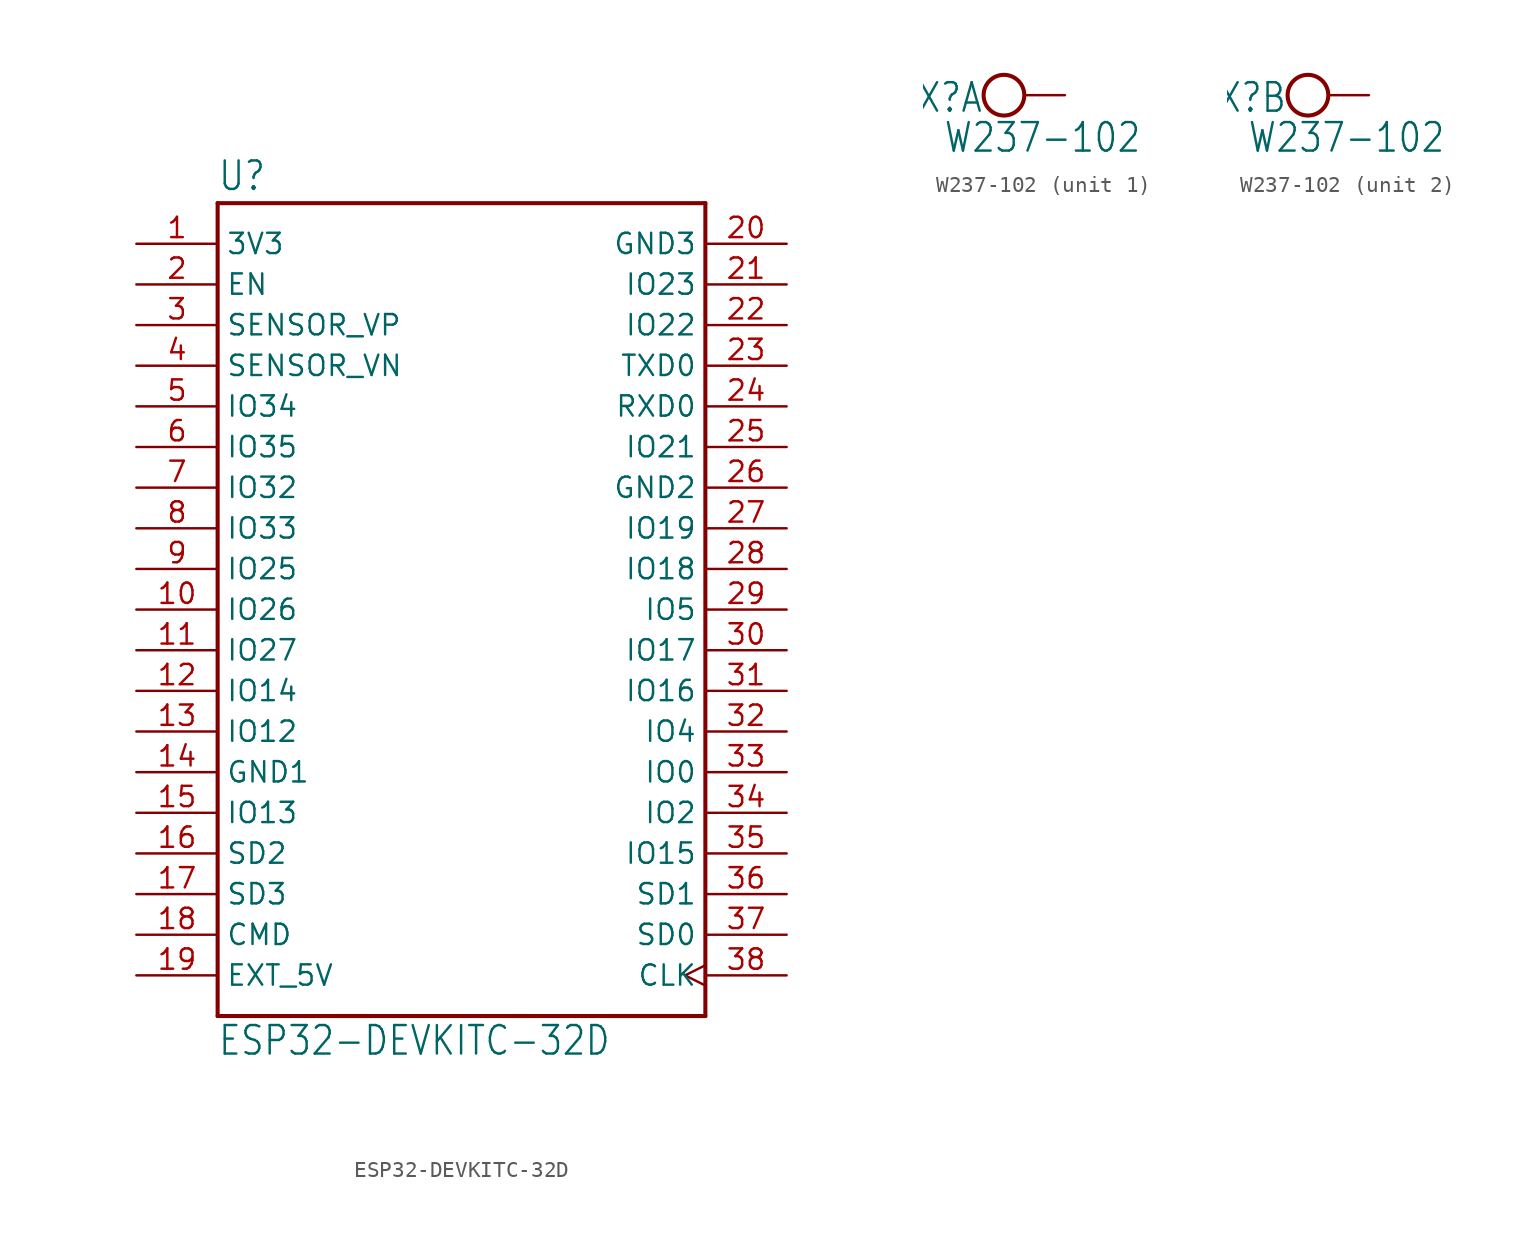
<source format=kicad_sym>
(kicad_symbol_lib
  (version 20211014)
  (generator kicad_symbol_editor)
  (symbol "ESP32-DEVKITC-32D"
    (property "Reference" "U"
      (at -15.257 26.064 0)
      (effects (font (size 1.78 1.513)) (justify left bottom)))
    (property "Value" "ESP32-DEVKITC-32D"
      (at -15.256 -27.97 0)
      (effects (font (size 1.78 1.513)) (justify left bottom)))
    (property "ki_locked" ""
      (at 0 0 0)
      (effects (font (size 1.27 1.27))))
    (symbol "ESP32-DEVKITC-32D_1_0"
      (polyline (pts (xy -15.24 -25.4) (xy -15.24 25.4)) (stroke (width 0.254) (type default) (color 0 0 0 0)) (fill (type none)))
      (polyline (pts (xy -15.24 25.4) (xy 15.24 25.4)) (stroke (width 0.254) (type default) (color 0 0 0 0)) (fill (type none)))
      (polyline (pts (xy 15.24 -25.4) (xy -15.24 -25.4)) (stroke (width 0.254) (type default) (color 0 0 0 0)) (fill (type none)))
      (polyline (pts (xy 15.24 25.4) (xy 15.24 -25.4)) (stroke (width 0.254) (type default) (color 0 0 0 0)) (fill (type none)))
      (pin power_in line (at -20.32 22.86 0) (length 5.08) (name "3V3" (effects (font (size 1.27 1.27)))) (number "1" (effects (font (size 1.27 1.27)))))
      (pin bidirectional line (at -20.32 0 0) (length 5.08) (name "IO26" (effects (font (size 1.27 1.27)))) (number "10" (effects (font (size 1.27 1.27)))))
      (pin bidirectional line (at -20.32 -2.54 0) (length 5.08) (name "IO27" (effects (font (size 1.27 1.27)))) (number "11" (effects (font (size 1.27 1.27)))))
      (pin bidirectional line (at -20.32 -5.08 0) (length 5.08) (name "IO14" (effects (font (size 1.27 1.27)))) (number "12" (effects (font (size 1.27 1.27)))))
      (pin bidirectional line (at -20.32 -7.62 0) (length 5.08) (name "IO12" (effects (font (size 1.27 1.27)))) (number "13" (effects (font (size 1.27 1.27)))))
      (pin power_in line (at -20.32 -10.16 0) (length 5.08) (name "GND1" (effects (font (size 1.27 1.27)))) (number "14" (effects (font (size 1.27 1.27)))))
      (pin bidirectional line (at -20.32 -12.7 0) (length 5.08) (name "IO13" (effects (font (size 1.27 1.27)))) (number "15" (effects (font (size 1.27 1.27)))))
      (pin bidirectional line (at -20.32 -15.24 0) (length 5.08) (name "SD2" (effects (font (size 1.27 1.27)))) (number "16" (effects (font (size 1.27 1.27)))))
      (pin bidirectional line (at -20.32 -17.78 0) (length 5.08) (name "SD3" (effects (font (size 1.27 1.27)))) (number "17" (effects (font (size 1.27 1.27)))))
      (pin bidirectional line (at -20.32 -20.32 0) (length 5.08) (name "CMD" (effects (font (size 1.27 1.27)))) (number "18" (effects (font (size 1.27 1.27)))))
      (pin power_in line (at -20.32 -22.86 0) (length 5.08) (name "EXT_5V" (effects (font (size 1.27 1.27)))) (number "19" (effects (font (size 1.27 1.27)))))
      (pin input line (at -20.32 20.32 0) (length 5.08) (name "EN" (effects (font (size 1.27 1.27)))) (number "2" (effects (font (size 1.27 1.27)))))
      (pin power_in line (at 20.32 22.86 180) (length 5.08) (name "GND3" (effects (font (size 1.27 1.27)))) (number "20" (effects (font (size 1.27 1.27)))))
      (pin bidirectional line (at 20.32 20.32 180) (length 5.08) (name "IO23" (effects (font (size 1.27 1.27)))) (number "21" (effects (font (size 1.27 1.27)))))
      (pin bidirectional line (at 20.32 17.78 180) (length 5.08) (name "IO22" (effects (font (size 1.27 1.27)))) (number "22" (effects (font (size 1.27 1.27)))))
      (pin output line (at 20.32 15.24 180) (length 5.08) (name "TXD0" (effects (font (size 1.27 1.27)))) (number "23" (effects (font (size 1.27 1.27)))))
      (pin input line (at 20.32 12.7 180) (length 5.08) (name "RXD0" (effects (font (size 1.27 1.27)))) (number "24" (effects (font (size 1.27 1.27)))))
      (pin bidirectional line (at 20.32 10.16 180) (length 5.08) (name "IO21" (effects (font (size 1.27 1.27)))) (number "25" (effects (font (size 1.27 1.27)))))
      (pin power_in line (at 20.32 7.62 180) (length 5.08) (name "GND2" (effects (font (size 1.27 1.27)))) (number "26" (effects (font (size 1.27 1.27)))))
      (pin bidirectional line (at 20.32 5.08 180) (length 5.08) (name "IO19" (effects (font (size 1.27 1.27)))) (number "27" (effects (font (size 1.27 1.27)))))
      (pin bidirectional line (at 20.32 2.54 180) (length 5.08) (name "IO18" (effects (font (size 1.27 1.27)))) (number "28" (effects (font (size 1.27 1.27)))))
      (pin bidirectional line (at 20.32 0 180) (length 5.08) (name "IO5" (effects (font (size 1.27 1.27)))) (number "29" (effects (font (size 1.27 1.27)))))
      (pin input line (at -20.32 17.78 0) (length 5.08) (name "SENSOR_VP" (effects (font (size 1.27 1.27)))) (number "3" (effects (font (size 1.27 1.27)))))
      (pin bidirectional line (at 20.32 -2.54 180) (length 5.08) (name "IO17" (effects (font (size 1.27 1.27)))) (number "30" (effects (font (size 1.27 1.27)))))
      (pin bidirectional line (at 20.32 -5.08 180) (length 5.08) (name "IO16" (effects (font (size 1.27 1.27)))) (number "31" (effects (font (size 1.27 1.27)))))
      (pin bidirectional line (at 20.32 -7.62 180) (length 5.08) (name "IO4" (effects (font (size 1.27 1.27)))) (number "32" (effects (font (size 1.27 1.27)))))
      (pin bidirectional line (at 20.32 -10.16 180) (length 5.08) (name "IO0" (effects (font (size 1.27 1.27)))) (number "33" (effects (font (size 1.27 1.27)))))
      (pin bidirectional line (at 20.32 -12.7 180) (length 5.08) (name "IO2" (effects (font (size 1.27 1.27)))) (number "34" (effects (font (size 1.27 1.27)))))
      (pin bidirectional line (at 20.32 -15.24 180) (length 5.08) (name "IO15" (effects (font (size 1.27 1.27)))) (number "35" (effects (font (size 1.27 1.27)))))
      (pin bidirectional line (at 20.32 -17.78 180) (length 5.08) (name "SD1" (effects (font (size 1.27 1.27)))) (number "36" (effects (font (size 1.27 1.27)))))
      (pin bidirectional line (at 20.32 -20.32 180) (length 5.08) (name "SD0" (effects (font (size 1.27 1.27)))) (number "37" (effects (font (size 1.27 1.27)))))
      (pin input clock (at 20.32 -22.86 180) (length 5.08) (name "CLK" (effects (font (size 1.27 1.27)))) (number "38" (effects (font (size 1.27 1.27)))))
      (pin input line (at -20.32 15.24 0) (length 5.08) (name "SENSOR_VN" (effects (font (size 1.27 1.27)))) (number "4" (effects (font (size 1.27 1.27)))))
      (pin bidirectional line (at -20.32 12.7 0) (length 5.08) (name "IO34" (effects (font (size 1.27 1.27)))) (number "5" (effects (font (size 1.27 1.27)))))
      (pin bidirectional line (at -20.32 10.16 0) (length 5.08) (name "IO35" (effects (font (size 1.27 1.27)))) (number "6" (effects (font (size 1.27 1.27)))))
      (pin bidirectional line (at -20.32 7.62 0) (length 5.08) (name "IO32" (effects (font (size 1.27 1.27)))) (number "7" (effects (font (size 1.27 1.27)))))
      (pin bidirectional line (at -20.32 5.08 0) (length 5.08) (name "IO33" (effects (font (size 1.27 1.27)))) (number "8" (effects (font (size 1.27 1.27)))))
      (pin bidirectional line (at -20.32 2.54 0) (length 5.08) (name "IO25" (effects (font (size 1.27 1.27)))) (number "9" (effects (font (size 1.27 1.27)))))))
  (symbol "W237-102"
    (property "Reference" "X"
      (at 0 0.889 0)
      (effects (font (size 1.778 1.511)) (justify right top)))
    (property "Value" "W237-102"
      (at -2.54 -3.683 0)
      (effects (font (size 1.778 1.511)) (justify left bottom)))
    (property "ki_locked" ""
      (at 0 0 0)
      (effects (font (size 1.27 1.27))))
    (symbol "W237-102_1_0"
      (circle (center 1.27 0) (radius 1.27) (stroke (width 0.254) (type default) (color 0 0 0 0)) (fill (type none)))
      (pin passive line (at 5.08 0 180) (length 2.54) (name "KL" (effects (font (size 0 0)))) (number "1" (effects (font (size 0 0))))))
    (symbol "W237-102_2_0"
      (circle (center 1.27 0) (radius 1.27) (stroke (width 0.254) (type default) (color 0 0 0 0)) (fill (type none)))
      (pin passive line (at 5.08 0 180) (length 2.54) (name "KL" (effects (font (size 0 0)))) (number "2" (effects (font (size 0 0))))))))
</source>
